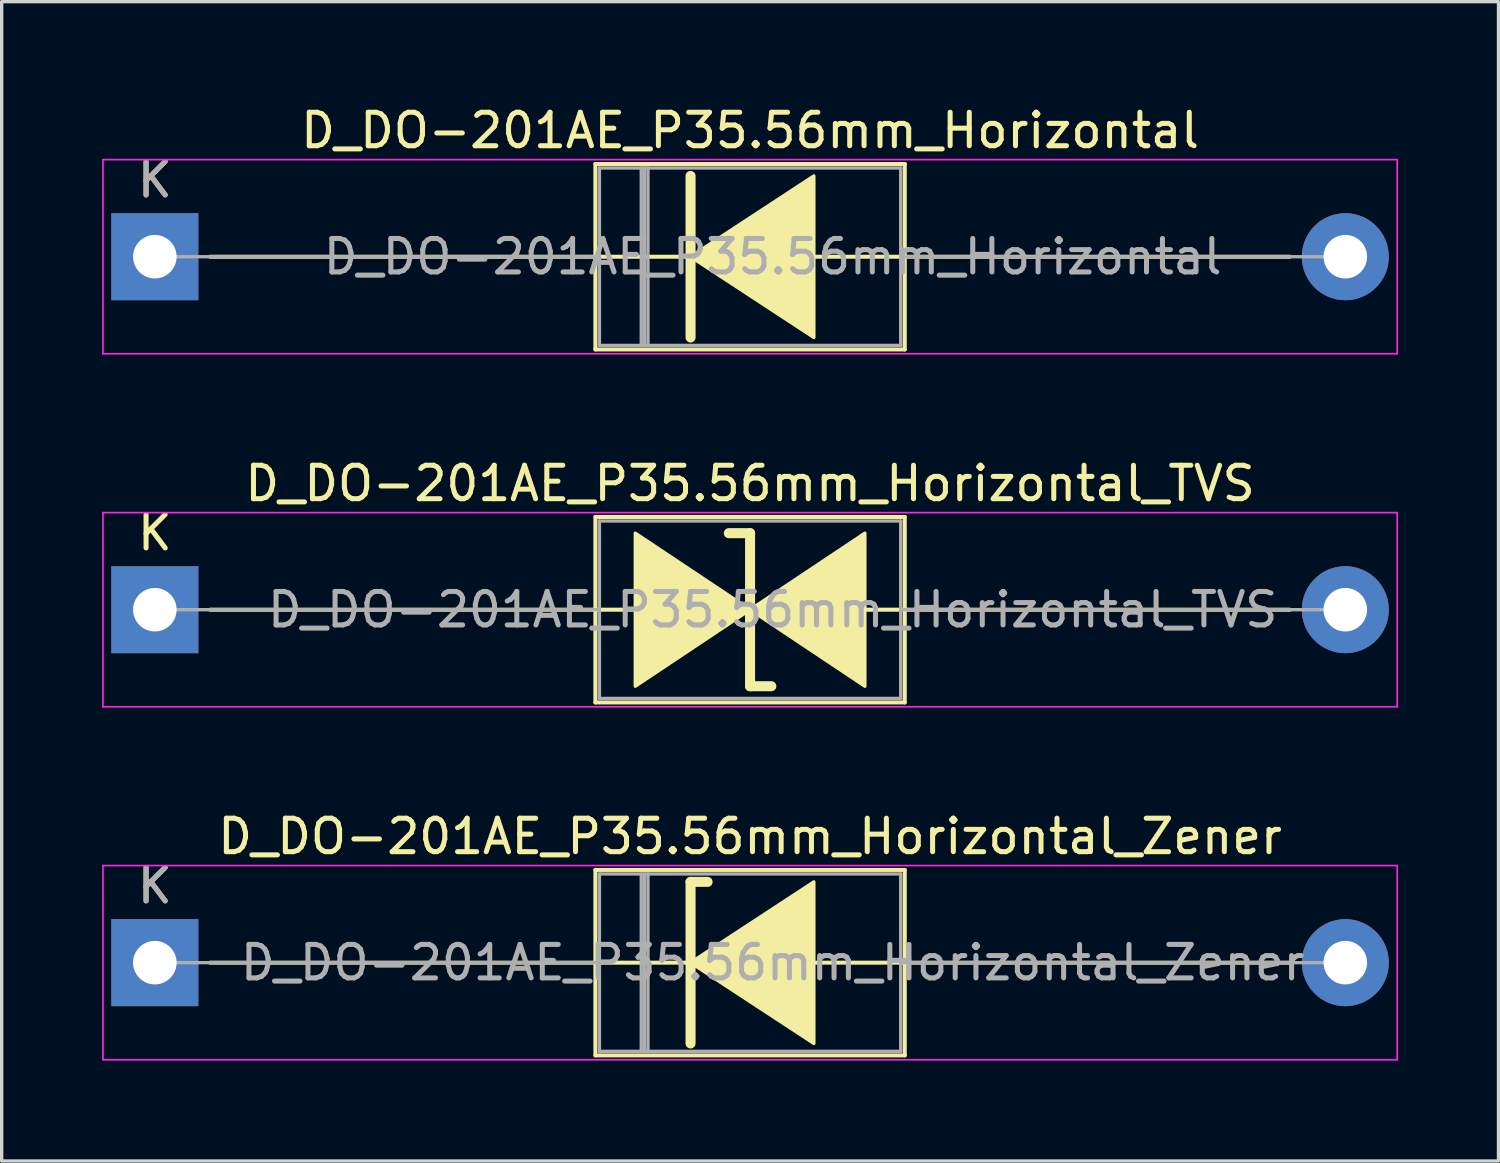
<source format=kicad_pcb>
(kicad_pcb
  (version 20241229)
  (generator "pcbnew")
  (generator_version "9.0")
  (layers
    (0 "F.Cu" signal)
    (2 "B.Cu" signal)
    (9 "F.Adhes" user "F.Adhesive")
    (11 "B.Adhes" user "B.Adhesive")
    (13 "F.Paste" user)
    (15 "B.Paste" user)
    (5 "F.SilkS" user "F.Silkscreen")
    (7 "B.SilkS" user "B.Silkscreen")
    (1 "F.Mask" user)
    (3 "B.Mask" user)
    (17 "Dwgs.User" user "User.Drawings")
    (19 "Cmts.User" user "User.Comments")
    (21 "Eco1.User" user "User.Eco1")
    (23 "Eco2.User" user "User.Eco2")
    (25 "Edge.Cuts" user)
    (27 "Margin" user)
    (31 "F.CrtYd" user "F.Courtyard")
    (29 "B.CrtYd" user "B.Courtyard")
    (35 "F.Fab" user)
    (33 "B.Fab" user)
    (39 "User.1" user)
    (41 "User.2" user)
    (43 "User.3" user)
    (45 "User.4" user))
  (footprint "D_DO-201AE_P35.56mm_Horizontal"
    (layer "F.Cu")
    (at 1.575 4.618)
    (property "Reference" "D_DO-201AE_P35.56mm_Horizontal" (at 17.78 -3.77 0) (layer "F.SilkS") (effects (font (size 1 1) (thickness 0.15))))
    (attr through_hole)
    (fp_line (start 1.651 0) (end 13.16 0) (stroke (width 0.12) (type solid)) (layer "F.SilkS"))
    (fp_line (start 13.16 -2.77) (end 13.16 2.77) (stroke (width 0.12) (type solid)) (layer "F.SilkS"))
    (fp_line (start 13.16 2.77) (end 22.4 2.77) (stroke (width 0.12) (type solid)) (layer "F.SilkS"))
    (fp_line (start 16.002 -2.413) (end 16.002 2.413) (stroke (width 0.3) (type solid)) (layer "F.SilkS"))
    (fp_line (start 16.129 0) (end 13.16 0) (stroke (width 0.12) (type solid)) (layer "F.SilkS"))
    (fp_line (start 19.685 0) (end 22.4 0) (stroke (width 0.12) (type solid)) (layer "F.SilkS"))
    (fp_line (start 22.4 -2.77) (end 13.16 -2.77) (stroke (width 0.12) (type solid)) (layer "F.SilkS"))
    (fp_line (start 22.4 2.77) (end 22.4 -2.77) (stroke (width 0.12) (type solid)) (layer "F.SilkS"))
    (fp_line (start 33.909 0) (end 22.4 0) (stroke (width 0.12) (type solid)) (layer "F.SilkS"))
    (fp_poly (pts (xy 19.685 2.413) (xy 16.002 0) (xy 19.685 -2.413)) (stroke (width 0.1) (type solid)) (fill yes) (layer "F.SilkS"))
    (fp_line (start -1.55 -2.9) (end -1.55 2.9) (stroke (width 0.05) (type solid)) (layer "F.CrtYd"))
    (fp_line (start -1.55 2.9) (end 37.11 2.9) (stroke (width 0.05) (type solid)) (layer "F.CrtYd"))
    (fp_line (start 37.11 -2.9) (end -1.55 -2.9) (stroke (width 0.05) (type solid)) (layer "F.CrtYd"))
    (fp_line (start 37.11 2.9) (end 37.11 -2.9) (stroke (width 0.05) (type solid)) (layer "F.CrtYd"))
    (fp_line (start 0 0) (end 13.28 0) (stroke (width 0.1) (type solid)) (layer "F.Fab"))
    (fp_line (start 13.28 -2.65) (end 13.28 2.65) (stroke (width 0.1) (type solid)) (layer "F.Fab"))
    (fp_line (start 13.28 2.65) (end 22.28 2.65) (stroke (width 0.1) (type solid)) (layer "F.Fab"))
    (fp_line (start 14.53 -2.65) (end 14.53 2.65) (stroke (width 0.1) (type solid)) (layer "F.Fab"))
    (fp_line (start 14.63 -2.65) (end 14.63 2.65) (stroke (width 0.1) (type solid)) (layer "F.Fab"))
    (fp_line (start 14.73 -2.65) (end 14.73 2.65) (stroke (width 0.1) (type solid)) (layer "F.Fab"))
    (fp_line (start 22.28 -2.65) (end 13.28 -2.65) (stroke (width 0.1) (type solid)) (layer "F.Fab"))
    (fp_line (start 22.28 2.65) (end 22.28 -2.65) (stroke (width 0.1) (type solid)) (layer "F.Fab"))
    (fp_line (start 35.56 0) (end 22.28 0) (stroke (width 0.1) (type solid)) (layer "F.Fab"))
    (fp_text user "K" (at 0 -2.3 0) (layer "F.SilkS") (effects (font (size 1 1) (thickness 0.15))))
    (fp_text user "${REFERENCE}" (at 18.455 0 0) (layer "F.Fab") (effects (font (size 1 1) (thickness 0.15))))
    (fp_text user "K" (at 0 -2.3 0) (layer "F.Fab") (effects (font (size 1 1) (thickness 0.15))))
    (pad "1" thru_hole rect (at 0 0) (size 2.6 2.6) (drill 1.3) (layers "*.Cu" "*.Mask"))
    (pad "2" thru_hole oval (at 35.56 0) (size 2.6 2.6) (drill 1.3) (layers "*.Cu" "*.Mask")))
  (footprint "D_DO-201AE_P35.56mm_Horizontal_TVS"
    (layer "F.Cu")
    (at 1.575 15.162)
    (property "Reference" "D_DO-201AE_P35.56mm_Horizontal_TVS" (at 17.78 -3.77 0) (layer "F.SilkS") (effects (font (size 1 1) (thickness 0.15))))
    (attr through_hole)
    (fp_line (start 1.651 0) (end 13.16 0) (stroke (width 0.12) (type solid)) (layer "F.SilkS"))
    (fp_line (start 13.16 -2.77) (end 13.16 2.77) (stroke (width 0.12) (type solid)) (layer "F.SilkS"))
    (fp_line (start 13.16 0) (end 14.351 0) (stroke (width 0.12) (type solid)) (layer "F.SilkS"))
    (fp_line (start 13.16 2.77) (end 22.4 2.77) (stroke (width 0.12) (type solid)) (layer "F.SilkS"))
    (fp_line (start 17.78 -2.286) (end 17.145 -2.286) (stroke (width 0.3) (type solid)) (layer "F.SilkS"))
    (fp_line (start 17.78 2.286) (end 17.78 -2.286) (stroke (width 0.3) (type solid)) (layer "F.SilkS"))
    (fp_line (start 18.415 2.286) (end 17.78 2.286) (stroke (width 0.3) (type solid)) (layer "F.SilkS"))
    (fp_line (start 21.209 0) (end 22.4 0) (stroke (width 0.12) (type solid)) (layer "F.SilkS"))
    (fp_line (start 22.4 -2.77) (end 13.16 -2.77) (stroke (width 0.12) (type solid)) (layer "F.SilkS"))
    (fp_line (start 22.4 2.77) (end 22.4 -2.77) (stroke (width 0.12) (type solid)) (layer "F.SilkS"))
    (fp_line (start 33.909 0) (end 22.4 0) (stroke (width 0.12) (type solid)) (layer "F.SilkS"))
    (fp_poly (pts (xy 17.78 0) (xy 14.351 2.286) (xy 14.351 -2.286)) (stroke (width 0.1) (type solid)) (fill yes) (layer "F.SilkS"))
    (fp_poly (pts (xy 17.78 0) (xy 21.209 -2.286) (xy 21.209 2.286)) (stroke (width 0.1) (type solid)) (fill yes) (layer "F.SilkS"))
    (fp_line (start -1.55 -2.9) (end -1.55 2.9) (stroke (width 0.05) (type solid)) (layer "F.CrtYd"))
    (fp_line (start -1.55 2.9) (end 37.11 2.9) (stroke (width 0.05) (type solid)) (layer "F.CrtYd"))
    (fp_line (start 37.11 -2.9) (end -1.55 -2.9) (stroke (width 0.05) (type solid)) (layer "F.CrtYd"))
    (fp_line (start 37.11 2.9) (end 37.11 -2.9) (stroke (width 0.05) (type solid)) (layer "F.CrtYd"))
    (fp_line (start 0 0) (end 13.28 0) (stroke (width 0.1) (type solid)) (layer "F.Fab"))
    (fp_line (start 13.28 -2.65) (end 13.28 2.65) (stroke (width 0.1) (type solid)) (layer "F.Fab"))
    (fp_line (start 13.28 2.65) (end 22.28 2.65) (stroke (width 0.1) (type solid)) (layer "F.Fab"))
    (fp_line (start 22.28 -2.65) (end 13.28 -2.65) (stroke (width 0.1) (type solid)) (layer "F.Fab"))
    (fp_line (start 22.28 2.65) (end 22.28 -2.65) (stroke (width 0.1) (type solid)) (layer "F.Fab"))
    (fp_line (start 35.56 0) (end 22.28 0) (stroke (width 0.1) (type solid)) (layer "F.Fab"))
    (fp_text user "K" (at 0 -2.3 0) (layer "F.SilkS") (effects (font (size 1 1) (thickness 0.15))))
    (fp_text user "${REFERENCE}" (at 18.455 0 0) (layer "F.Fab") (effects (font (size 1 1) (thickness 0.15))))
    (pad "1" thru_hole rect (at 0 0) (size 2.6 2.6) (drill 1.3) (layers "*.Cu" "*.Mask"))
    (pad "2" thru_hole oval (at 35.56 0) (size 2.6 2.6) (drill 1.3) (layers "*.Cu" "*.Mask")))
  (footprint "D_DO-201AE_P35.56mm_Horizontal_Zener"
    (layer "F.Cu")
    (at 1.575 25.705)
    (property "Reference" "D_DO-201AE_P35.56mm_Horizontal_Zener" (at 17.78 -3.77 0) (layer "F.SilkS") (effects (font (size 1 1) (thickness 0.15))))
    (attr through_hole)
    (fp_line (start 1.651 0) (end 13.16 0) (stroke (width 0.12) (type solid)) (layer "F.SilkS"))
    (fp_line (start 13.16 -2.77) (end 13.16 2.77) (stroke (width 0.12) (type solid)) (layer "F.SilkS"))
    (fp_line (start 13.16 2.77) (end 22.4 2.77) (stroke (width 0.12) (type solid)) (layer "F.SilkS"))
    (fp_line (start 16.002 -2.413) (end 16.002 2.413) (stroke (width 0.3) (type solid)) (layer "F.SilkS"))
    (fp_line (start 16.002 -2.413) (end 16.51 -2.413) (stroke (width 0.3) (type solid)) (layer "F.SilkS"))
    (fp_line (start 16.129 0) (end 13.16 0) (stroke (width 0.12) (type solid)) (layer "F.SilkS"))
    (fp_line (start 19.685 0) (end 22.4 0) (stroke (width 0.12) (type solid)) (layer "F.SilkS"))
    (fp_line (start 22.4 -2.77) (end 13.16 -2.77) (stroke (width 0.12) (type solid)) (layer "F.SilkS"))
    (fp_line (start 22.4 2.77) (end 22.4 -2.77) (stroke (width 0.12) (type solid)) (layer "F.SilkS"))
    (fp_line (start 33.909 0) (end 22.4 0) (stroke (width 0.12) (type solid)) (layer "F.SilkS"))
    (fp_poly (pts (xy 19.685 2.413) (xy 16.002 0) (xy 19.685 -2.413)) (stroke (width 0.1) (type solid)) (fill yes) (layer "F.SilkS"))
    (fp_line (start -1.55 -2.9) (end -1.55 2.9) (stroke (width 0.05) (type solid)) (layer "F.CrtYd"))
    (fp_line (start -1.55 2.9) (end 37.11 2.9) (stroke (width 0.05) (type solid)) (layer "F.CrtYd"))
    (fp_line (start 37.11 -2.9) (end -1.55 -2.9) (stroke (width 0.05) (type solid)) (layer "F.CrtYd"))
    (fp_line (start 37.11 2.9) (end 37.11 -2.9) (stroke (width 0.05) (type solid)) (layer "F.CrtYd"))
    (fp_line (start 0 0) (end 13.28 0) (stroke (width 0.1) (type solid)) (layer "F.Fab"))
    (fp_line (start 13.28 -2.65) (end 13.28 2.65) (stroke (width 0.1) (type solid)) (layer "F.Fab"))
    (fp_line (start 13.28 2.65) (end 22.28 2.65) (stroke (width 0.1) (type solid)) (layer "F.Fab"))
    (fp_line (start 14.53 -2.65) (end 14.53 2.65) (stroke (width 0.1) (type solid)) (layer "F.Fab"))
    (fp_line (start 14.63 -2.65) (end 14.63 2.65) (stroke (width 0.1) (type solid)) (layer "F.Fab"))
    (fp_line (start 14.73 -2.65) (end 14.73 2.65) (stroke (width 0.1) (type solid)) (layer "F.Fab"))
    (fp_line (start 22.28 -2.65) (end 13.28 -2.65) (stroke (width 0.1) (type solid)) (layer "F.Fab"))
    (fp_line (start 22.28 2.65) (end 22.28 -2.65) (stroke (width 0.1) (type solid)) (layer "F.Fab"))
    (fp_line (start 35.56 0) (end 22.28 0) (stroke (width 0.1) (type solid)) (layer "F.Fab"))
    (fp_text user "K" (at 0 -2.3 0) (layer "F.SilkS") (effects (font (size 1 1) (thickness 0.15))))
    (fp_text user "${REFERENCE}" (at 18.455 0 0) (layer "F.Fab") (effects (font (size 1 1) (thickness 0.15))))
    (fp_text user "K" (at 0 -2.3 0) (layer "F.Fab") (effects (font (size 1 1) (thickness 0.15))))
    (pad "1" thru_hole rect (at 0 0) (size 2.6 2.6) (drill 1.3) (layers "*.Cu" "*.Mask"))
    (pad "2" thru_hole oval (at 35.56 0) (size 2.6 2.6) (drill 1.3) (layers "*.Cu" "*.Mask")))
  (gr_rect
    (start -3 -3)
    (end 41.71 31.63)
    (stroke (width 0.1) (type default))
    (fill no)
    (layer "Edge.Cuts")))
</source>
